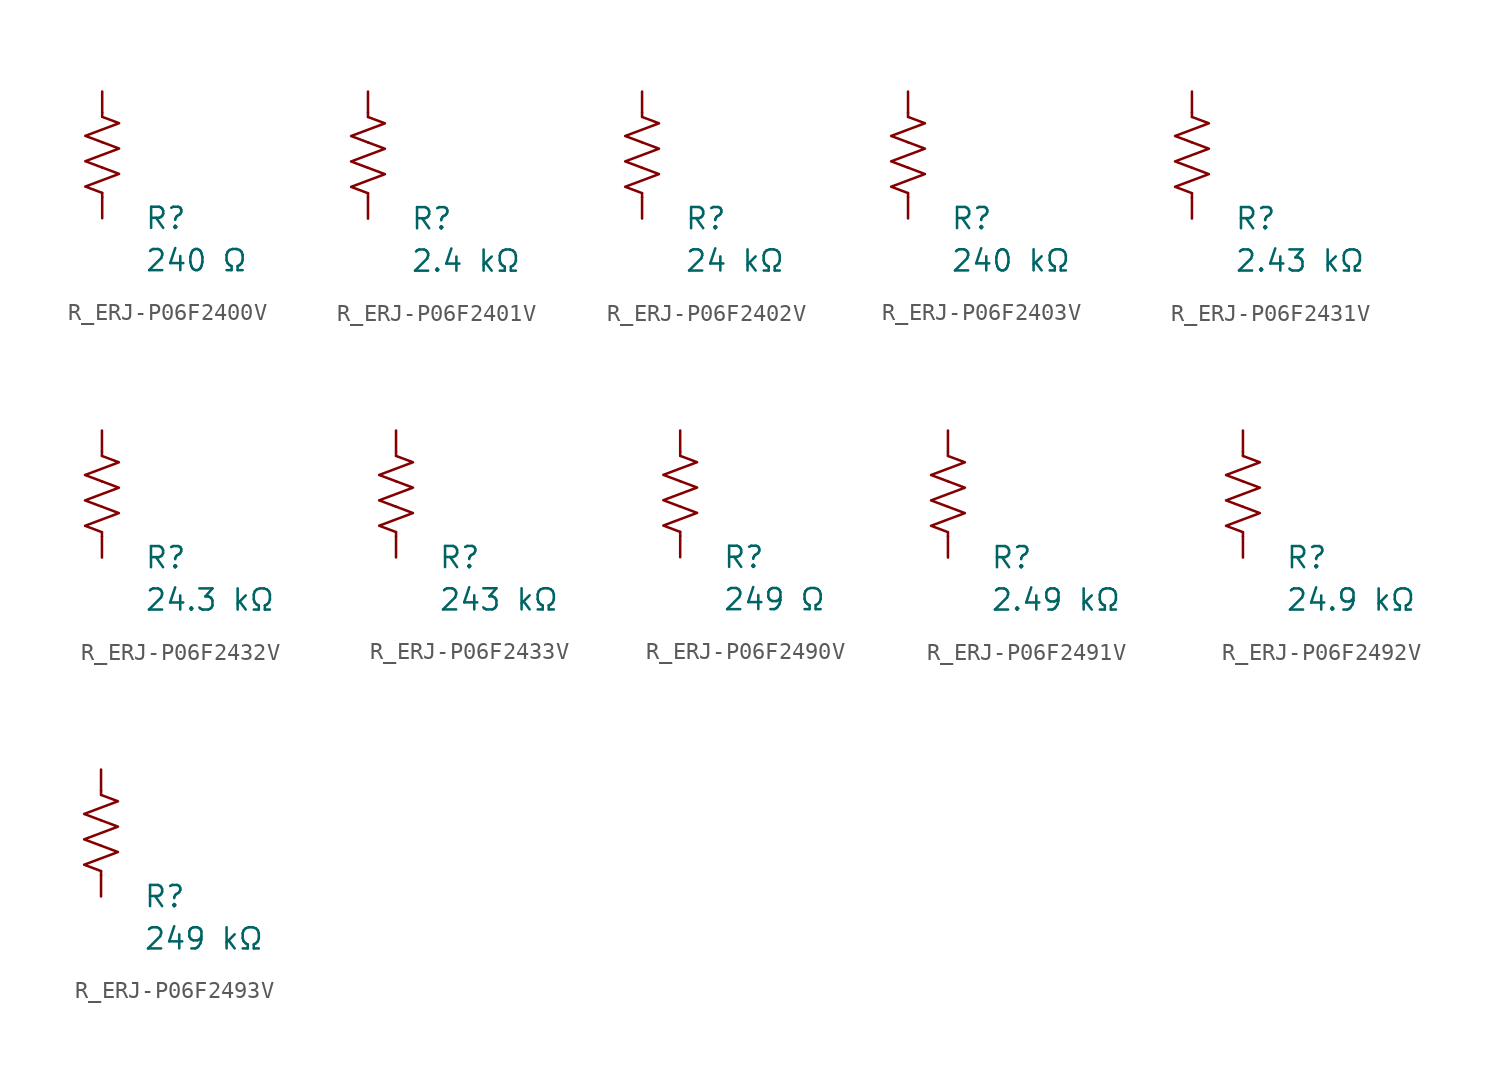
<source format=kicad_sym>
(kicad_symbol_lib
  (version 20231120)
  (generator "kicad_symbol_editor")
  (generator_version "8.0")
  (symbol "R_ERJ-P06F2400V"
    (pin_numbers hide)
    (pin_names
      (offset 0))
    (property "Reference" "R"
      (at 2.54 -3.81 0)
      (effects (font (size 1.27 1.27)) (justify left))
      (show_name no))
    (property "Value" "240 Ω"
      (at 2.54 -6.35 0)
      (effects (font (size 1.27 1.27)) (justify left))
      (show_name no))
    (symbol "R_ERJ-P06F2400V_0_1"
      (polyline (pts (xy 0 -2.286) (xy 0 -2.54)) (stroke (width 0) (type default)) (fill (type none)))
      (polyline (pts (xy 0 2.286) (xy 0 2.54)) (stroke (width 0) (type default)) (fill (type none)))
      (polyline (pts (xy 0 -0.762) (xy 1.016 -1.143) (xy 0 -1.524) (xy -1.016 -1.905) (xy 0 -2.286)) (stroke (width 0) (type default)) (fill (type none)))
      (polyline (pts (xy 0 0.762) (xy 1.016 0.381) (xy 0 0) (xy -1.016 -0.381) (xy 0 -0.762)) (stroke (width 0) (type default)) (fill (type none)))
      (polyline (pts (xy 0 2.286) (xy 1.016 1.905) (xy 0 1.524) (xy -1.016 1.143) (xy 0 0.762)) (stroke (width 0) (type default)) (fill (type none))))
    (symbol "R_ERJ-P06F2400V_1_1"
      (pin passive line (at 0 3.81 270) (length 1.27) (name "~" (effects (font (size 1.27 1.27)))) (number "1" (effects (font (size 1.27 1.27)))))
      (pin passive line (at 0 -3.81 90) (length 1.27) (name "~" (effects (font (size 1.27 1.27)))) (number "2" (effects (font (size 1.27 1.27)))))))
  (symbol "R_ERJ-P06F2401V"
    (pin_numbers hide)
    (pin_names
      (offset 0))
    (property "Reference" "R"
      (at 2.54 -3.81 0)
      (effects (font (size 1.27 1.27)) (justify left))
      (show_name no))
    (property "Value" "2.4 kΩ"
      (at 2.54 -6.35 0)
      (effects (font (size 1.27 1.27)) (justify left))
      (show_name no))
    (symbol "R_ERJ-P06F2401V_0_1"
      (polyline (pts (xy 0 -2.286) (xy 0 -2.54)) (stroke (width 0) (type default)) (fill (type none)))
      (polyline (pts (xy 0 2.286) (xy 0 2.54)) (stroke (width 0) (type default)) (fill (type none)))
      (polyline (pts (xy 0 -0.762) (xy 1.016 -1.143) (xy 0 -1.524) (xy -1.016 -1.905) (xy 0 -2.286)) (stroke (width 0) (type default)) (fill (type none)))
      (polyline (pts (xy 0 0.762) (xy 1.016 0.381) (xy 0 0) (xy -1.016 -0.381) (xy 0 -0.762)) (stroke (width 0) (type default)) (fill (type none)))
      (polyline (pts (xy 0 2.286) (xy 1.016 1.905) (xy 0 1.524) (xy -1.016 1.143) (xy 0 0.762)) (stroke (width 0) (type default)) (fill (type none))))
    (symbol "R_ERJ-P06F2401V_1_1"
      (pin passive line (at 0 3.81 270) (length 1.27) (name "~" (effects (font (size 1.27 1.27)))) (number "1" (effects (font (size 1.27 1.27)))))
      (pin passive line (at 0 -3.81 90) (length 1.27) (name "~" (effects (font (size 1.27 1.27)))) (number "2" (effects (font (size 1.27 1.27)))))))
  (symbol "R_ERJ-P06F2402V"
    (pin_numbers hide)
    (pin_names
      (offset 0))
    (property "Reference" "R"
      (at 2.54 -3.81 0)
      (effects (font (size 1.27 1.27)) (justify left))
      (show_name no))
    (property "Value" "24 kΩ"
      (at 2.54 -6.35 0)
      (effects (font (size 1.27 1.27)) (justify left))
      (show_name no))
    (symbol "R_ERJ-P06F2402V_0_1"
      (polyline (pts (xy 0 -2.286) (xy 0 -2.54)) (stroke (width 0) (type default)) (fill (type none)))
      (polyline (pts (xy 0 2.286) (xy 0 2.54)) (stroke (width 0) (type default)) (fill (type none)))
      (polyline (pts (xy 0 -0.762) (xy 1.016 -1.143) (xy 0 -1.524) (xy -1.016 -1.905) (xy 0 -2.286)) (stroke (width 0) (type default)) (fill (type none)))
      (polyline (pts (xy 0 0.762) (xy 1.016 0.381) (xy 0 0) (xy -1.016 -0.381) (xy 0 -0.762)) (stroke (width 0) (type default)) (fill (type none)))
      (polyline (pts (xy 0 2.286) (xy 1.016 1.905) (xy 0 1.524) (xy -1.016 1.143) (xy 0 0.762)) (stroke (width 0) (type default)) (fill (type none))))
    (symbol "R_ERJ-P06F2402V_1_1"
      (pin passive line (at 0 3.81 270) (length 1.27) (name "~" (effects (font (size 1.27 1.27)))) (number "1" (effects (font (size 1.27 1.27)))))
      (pin passive line (at 0 -3.81 90) (length 1.27) (name "~" (effects (font (size 1.27 1.27)))) (number "2" (effects (font (size 1.27 1.27)))))))
  (symbol "R_ERJ-P06F2403V"
    (pin_numbers hide)
    (pin_names
      (offset 0))
    (property "Reference" "R"
      (at 2.54 -3.81 0)
      (effects (font (size 1.27 1.27)) (justify left))
      (show_name no))
    (property "Value" "240 kΩ"
      (at 2.54 -6.35 0)
      (effects (font (size 1.27 1.27)) (justify left))
      (show_name no))
    (symbol "R_ERJ-P06F2403V_0_1"
      (polyline (pts (xy 0 -2.286) (xy 0 -2.54)) (stroke (width 0) (type default)) (fill (type none)))
      (polyline (pts (xy 0 2.286) (xy 0 2.54)) (stroke (width 0) (type default)) (fill (type none)))
      (polyline (pts (xy 0 -0.762) (xy 1.016 -1.143) (xy 0 -1.524) (xy -1.016 -1.905) (xy 0 -2.286)) (stroke (width 0) (type default)) (fill (type none)))
      (polyline (pts (xy 0 0.762) (xy 1.016 0.381) (xy 0 0) (xy -1.016 -0.381) (xy 0 -0.762)) (stroke (width 0) (type default)) (fill (type none)))
      (polyline (pts (xy 0 2.286) (xy 1.016 1.905) (xy 0 1.524) (xy -1.016 1.143) (xy 0 0.762)) (stroke (width 0) (type default)) (fill (type none))))
    (symbol "R_ERJ-P06F2403V_1_1"
      (pin passive line (at 0 3.81 270) (length 1.27) (name "~" (effects (font (size 1.27 1.27)))) (number "1" (effects (font (size 1.27 1.27)))))
      (pin passive line (at 0 -3.81 90) (length 1.27) (name "~" (effects (font (size 1.27 1.27)))) (number "2" (effects (font (size 1.27 1.27)))))))
  (symbol "R_ERJ-P06F2431V"
    (pin_numbers hide)
    (pin_names
      (offset 0))
    (property "Reference" "R"
      (at 2.54 -3.81 0)
      (effects (font (size 1.27 1.27)) (justify left))
      (show_name no))
    (property "Value" "2.43 kΩ"
      (at 2.54 -6.35 0)
      (effects (font (size 1.27 1.27)) (justify left))
      (show_name no))
    (symbol "R_ERJ-P06F2431V_0_1"
      (polyline (pts (xy 0 -2.286) (xy 0 -2.54)) (stroke (width 0) (type default)) (fill (type none)))
      (polyline (pts (xy 0 2.286) (xy 0 2.54)) (stroke (width 0) (type default)) (fill (type none)))
      (polyline (pts (xy 0 -0.762) (xy 1.016 -1.143) (xy 0 -1.524) (xy -1.016 -1.905) (xy 0 -2.286)) (stroke (width 0) (type default)) (fill (type none)))
      (polyline (pts (xy 0 0.762) (xy 1.016 0.381) (xy 0 0) (xy -1.016 -0.381) (xy 0 -0.762)) (stroke (width 0) (type default)) (fill (type none)))
      (polyline (pts (xy 0 2.286) (xy 1.016 1.905) (xy 0 1.524) (xy -1.016 1.143) (xy 0 0.762)) (stroke (width 0) (type default)) (fill (type none))))
    (symbol "R_ERJ-P06F2431V_1_1"
      (pin passive line (at 0 3.81 270) (length 1.27) (name "~" (effects (font (size 1.27 1.27)))) (number "1" (effects (font (size 1.27 1.27)))))
      (pin passive line (at 0 -3.81 90) (length 1.27) (name "~" (effects (font (size 1.27 1.27)))) (number "2" (effects (font (size 1.27 1.27)))))))
  (symbol "R_ERJ-P06F2432V"
    (pin_numbers hide)
    (pin_names
      (offset 0))
    (property "Reference" "R"
      (at 2.54 -3.81 0)
      (effects (font (size 1.27 1.27)) (justify left))
      (show_name no))
    (property "Value" "24.3 kΩ"
      (at 2.54 -6.35 0)
      (effects (font (size 1.27 1.27)) (justify left))
      (show_name no))
    (symbol "R_ERJ-P06F2432V_0_1"
      (polyline (pts (xy 0 -2.286) (xy 0 -2.54)) (stroke (width 0) (type default)) (fill (type none)))
      (polyline (pts (xy 0 2.286) (xy 0 2.54)) (stroke (width 0) (type default)) (fill (type none)))
      (polyline (pts (xy 0 -0.762) (xy 1.016 -1.143) (xy 0 -1.524) (xy -1.016 -1.905) (xy 0 -2.286)) (stroke (width 0) (type default)) (fill (type none)))
      (polyline (pts (xy 0 0.762) (xy 1.016 0.381) (xy 0 0) (xy -1.016 -0.381) (xy 0 -0.762)) (stroke (width 0) (type default)) (fill (type none)))
      (polyline (pts (xy 0 2.286) (xy 1.016 1.905) (xy 0 1.524) (xy -1.016 1.143) (xy 0 0.762)) (stroke (width 0) (type default)) (fill (type none))))
    (symbol "R_ERJ-P06F2432V_1_1"
      (pin passive line (at 0 3.81 270) (length 1.27) (name "~" (effects (font (size 1.27 1.27)))) (number "1" (effects (font (size 1.27 1.27)))))
      (pin passive line (at 0 -3.81 90) (length 1.27) (name "~" (effects (font (size 1.27 1.27)))) (number "2" (effects (font (size 1.27 1.27)))))))
  (symbol "R_ERJ-P06F2433V"
    (pin_numbers hide)
    (pin_names
      (offset 0))
    (property "Reference" "R"
      (at 2.54 -3.81 0)
      (effects (font (size 1.27 1.27)) (justify left))
      (show_name no))
    (property "Value" "243 kΩ"
      (at 2.54 -6.35 0)
      (effects (font (size 1.27 1.27)) (justify left))
      (show_name no))
    (symbol "R_ERJ-P06F2433V_0_1"
      (polyline (pts (xy 0 -2.286) (xy 0 -2.54)) (stroke (width 0) (type default)) (fill (type none)))
      (polyline (pts (xy 0 2.286) (xy 0 2.54)) (stroke (width 0) (type default)) (fill (type none)))
      (polyline (pts (xy 0 -0.762) (xy 1.016 -1.143) (xy 0 -1.524) (xy -1.016 -1.905) (xy 0 -2.286)) (stroke (width 0) (type default)) (fill (type none)))
      (polyline (pts (xy 0 0.762) (xy 1.016 0.381) (xy 0 0) (xy -1.016 -0.381) (xy 0 -0.762)) (stroke (width 0) (type default)) (fill (type none)))
      (polyline (pts (xy 0 2.286) (xy 1.016 1.905) (xy 0 1.524) (xy -1.016 1.143) (xy 0 0.762)) (stroke (width 0) (type default)) (fill (type none))))
    (symbol "R_ERJ-P06F2433V_1_1"
      (pin passive line (at 0 3.81 270) (length 1.27) (name "~" (effects (font (size 1.27 1.27)))) (number "1" (effects (font (size 1.27 1.27)))))
      (pin passive line (at 0 -3.81 90) (length 1.27) (name "~" (effects (font (size 1.27 1.27)))) (number "2" (effects (font (size 1.27 1.27)))))))
  (symbol "R_ERJ-P06F2490V"
    (pin_numbers hide)
    (pin_names
      (offset 0))
    (property "Reference" "R"
      (at 2.54 -3.81 0)
      (effects (font (size 1.27 1.27)) (justify left))
      (show_name no))
    (property "Value" "249 Ω"
      (at 2.54 -6.35 0)
      (effects (font (size 1.27 1.27)) (justify left))
      (show_name no))
    (symbol "R_ERJ-P06F2490V_0_1"
      (polyline (pts (xy 0 -2.286) (xy 0 -2.54)) (stroke (width 0) (type default)) (fill (type none)))
      (polyline (pts (xy 0 2.286) (xy 0 2.54)) (stroke (width 0) (type default)) (fill (type none)))
      (polyline (pts (xy 0 -0.762) (xy 1.016 -1.143) (xy 0 -1.524) (xy -1.016 -1.905) (xy 0 -2.286)) (stroke (width 0) (type default)) (fill (type none)))
      (polyline (pts (xy 0 0.762) (xy 1.016 0.381) (xy 0 0) (xy -1.016 -0.381) (xy 0 -0.762)) (stroke (width 0) (type default)) (fill (type none)))
      (polyline (pts (xy 0 2.286) (xy 1.016 1.905) (xy 0 1.524) (xy -1.016 1.143) (xy 0 0.762)) (stroke (width 0) (type default)) (fill (type none))))
    (symbol "R_ERJ-P06F2490V_1_1"
      (pin passive line (at 0 3.81 270) (length 1.27) (name "~" (effects (font (size 1.27 1.27)))) (number "1" (effects (font (size 1.27 1.27)))))
      (pin passive line (at 0 -3.81 90) (length 1.27) (name "~" (effects (font (size 1.27 1.27)))) (number "2" (effects (font (size 1.27 1.27)))))))
  (symbol "R_ERJ-P06F2491V"
    (pin_numbers hide)
    (pin_names
      (offset 0))
    (property "Reference" "R"
      (at 2.54 -3.81 0)
      (effects (font (size 1.27 1.27)) (justify left))
      (show_name no))
    (property "Value" "2.49 kΩ"
      (at 2.54 -6.35 0)
      (effects (font (size 1.27 1.27)) (justify left))
      (show_name no))
    (symbol "R_ERJ-P06F2491V_0_1"
      (polyline (pts (xy 0 -2.286) (xy 0 -2.54)) (stroke (width 0) (type default)) (fill (type none)))
      (polyline (pts (xy 0 2.286) (xy 0 2.54)) (stroke (width 0) (type default)) (fill (type none)))
      (polyline (pts (xy 0 -0.762) (xy 1.016 -1.143) (xy 0 -1.524) (xy -1.016 -1.905) (xy 0 -2.286)) (stroke (width 0) (type default)) (fill (type none)))
      (polyline (pts (xy 0 0.762) (xy 1.016 0.381) (xy 0 0) (xy -1.016 -0.381) (xy 0 -0.762)) (stroke (width 0) (type default)) (fill (type none)))
      (polyline (pts (xy 0 2.286) (xy 1.016 1.905) (xy 0 1.524) (xy -1.016 1.143) (xy 0 0.762)) (stroke (width 0) (type default)) (fill (type none))))
    (symbol "R_ERJ-P06F2491V_1_1"
      (pin passive line (at 0 3.81 270) (length 1.27) (name "~" (effects (font (size 1.27 1.27)))) (number "1" (effects (font (size 1.27 1.27)))))
      (pin passive line (at 0 -3.81 90) (length 1.27) (name "~" (effects (font (size 1.27 1.27)))) (number "2" (effects (font (size 1.27 1.27)))))))
  (symbol "R_ERJ-P06F2492V"
    (pin_numbers hide)
    (pin_names
      (offset 0))
    (property "Reference" "R"
      (at 2.54 -3.81 0)
      (effects (font (size 1.27 1.27)) (justify left))
      (show_name no))
    (property "Value" "24.9 kΩ"
      (at 2.54 -6.35 0)
      (effects (font (size 1.27 1.27)) (justify left))
      (show_name no))
    (symbol "R_ERJ-P06F2492V_0_1"
      (polyline (pts (xy 0 -2.286) (xy 0 -2.54)) (stroke (width 0) (type default)) (fill (type none)))
      (polyline (pts (xy 0 2.286) (xy 0 2.54)) (stroke (width 0) (type default)) (fill (type none)))
      (polyline (pts (xy 0 -0.762) (xy 1.016 -1.143) (xy 0 -1.524) (xy -1.016 -1.905) (xy 0 -2.286)) (stroke (width 0) (type default)) (fill (type none)))
      (polyline (pts (xy 0 0.762) (xy 1.016 0.381) (xy 0 0) (xy -1.016 -0.381) (xy 0 -0.762)) (stroke (width 0) (type default)) (fill (type none)))
      (polyline (pts (xy 0 2.286) (xy 1.016 1.905) (xy 0 1.524) (xy -1.016 1.143) (xy 0 0.762)) (stroke (width 0) (type default)) (fill (type none))))
    (symbol "R_ERJ-P06F2492V_1_1"
      (pin passive line (at 0 3.81 270) (length 1.27) (name "~" (effects (font (size 1.27 1.27)))) (number "1" (effects (font (size 1.27 1.27)))))
      (pin passive line (at 0 -3.81 90) (length 1.27) (name "~" (effects (font (size 1.27 1.27)))) (number "2" (effects (font (size 1.27 1.27)))))))
  (symbol "R_ERJ-P06F2493V"
    (pin_numbers hide)
    (pin_names
      (offset 0))
    (property "Reference" "R"
      (at 2.54 -3.81 0)
      (effects (font (size 1.27 1.27)) (justify left))
      (show_name no))
    (property "Value" "249 kΩ"
      (at 2.54 -6.35 0)
      (effects (font (size 1.27 1.27)) (justify left))
      (show_name no))
    (symbol "R_ERJ-P06F2493V_0_1"
      (polyline (pts (xy 0 -2.286) (xy 0 -2.54)) (stroke (width 0) (type default)) (fill (type none)))
      (polyline (pts (xy 0 2.286) (xy 0 2.54)) (stroke (width 0) (type default)) (fill (type none)))
      (polyline (pts (xy 0 -0.762) (xy 1.016 -1.143) (xy 0 -1.524) (xy -1.016 -1.905) (xy 0 -2.286)) (stroke (width 0) (type default)) (fill (type none)))
      (polyline (pts (xy 0 0.762) (xy 1.016 0.381) (xy 0 0) (xy -1.016 -0.381) (xy 0 -0.762)) (stroke (width 0) (type default)) (fill (type none)))
      (polyline (pts (xy 0 2.286) (xy 1.016 1.905) (xy 0 1.524) (xy -1.016 1.143) (xy 0 0.762)) (stroke (width 0) (type default)) (fill (type none))))
    (symbol "R_ERJ-P06F2493V_1_1"
      (pin passive line (at 0 3.81 270) (length 1.27) (name "~" (effects (font (size 1.27 1.27)))) (number "1" (effects (font (size 1.27 1.27)))))
      (pin passive line (at 0 -3.81 90) (length 1.27) (name "~" (effects (font (size 1.27 1.27)))) (number "2" (effects (font (size 1.27 1.27))))))))
</source>
